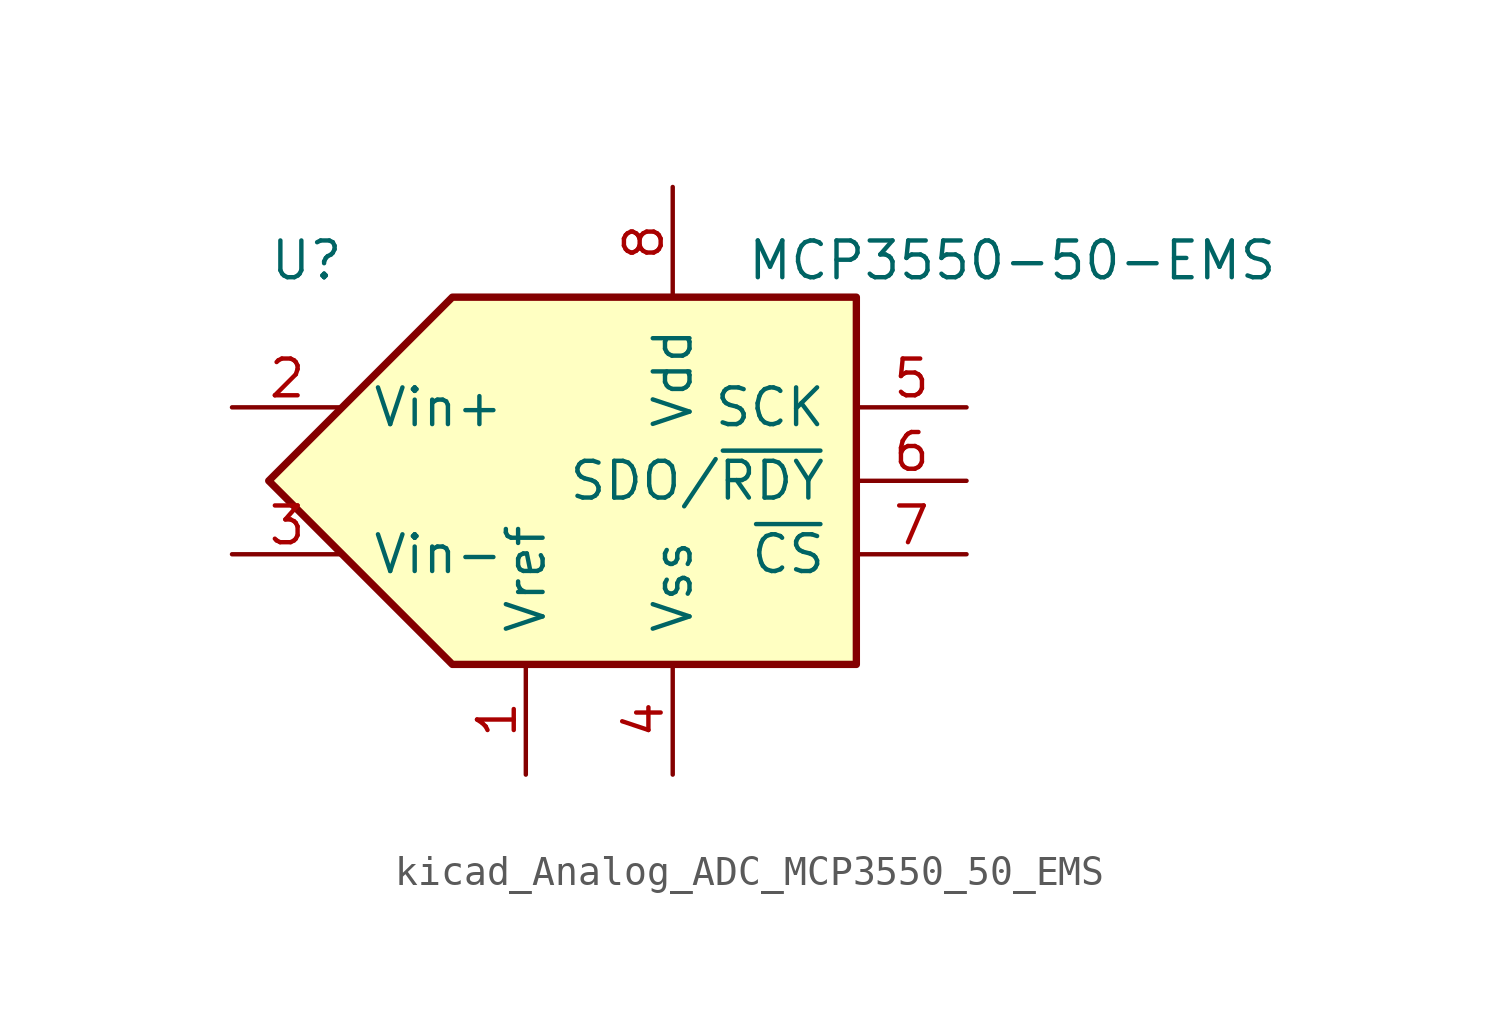
<source format=kicad_sym>
(kicad_symbol_lib
  (version 20220914)
  (generator kicad_symbol_editor)
  (symbol "kicad_Analog_ADC_MCP3550_50_EMS"
    (pin_names
      (offset 1.016))
    (property "Reference" "U"
      (at -11.43 7.62 0)
      (effects (font (size 1.27 1.27)) (justify left)))
    (property "Value" "MCP3550-50-EMS"
      (at 5.08 7.62 0)
      (effects (font (size 1.27 1.27)) (justify left)))
    (symbol "kicad_Analog_ADC_MCP3550_50_EMS_0_1"
      (polyline (pts (xy -5.08 6.35) (xy 8.89 6.35) (xy 8.89 0) (xy 8.89 -6.35) (xy -5.08 -6.35) (xy -11.43 0) (xy -5.08 6.35)) (stroke (width 0.254) (type default)) (fill (type background))))
    (symbol "kicad_Analog_ADC_MCP3550_50_EMS_1_1"
      (pin input line (at -2.54 -10.16 90) (length 3.81) (name "Vref" (effects (font (size 1.27 1.27)))) (number "1" (effects (font (size 1.27 1.27)))))
      (pin passive line (at -12.7 2.54 0) (length 3.81) (name "Vin+" (effects (font (size 1.27 1.27)))) (number "2" (effects (font (size 1.27 1.27)))))
      (pin passive line (at -12.7 -2.54 0) (length 3.81) (name "Vin-" (effects (font (size 1.27 1.27)))) (number "3" (effects (font (size 1.27 1.27)))))
      (pin power_in line (at 2.54 -10.16 90) (length 3.81) (name "Vss" (effects (font (size 1.27 1.27)))) (number "4" (effects (font (size 1.27 1.27)))))
      (pin input line (at 12.7 2.54 180) (length 3.81) (name "SCK" (effects (font (size 1.27 1.27)))) (number "5" (effects (font (size 1.27 1.27)))))
      (pin output line (at 12.7 0 180) (length 3.81) (name "SDO/~{RDY}" (effects (font (size 1.27 1.27)))) (number "6" (effects (font (size 1.27 1.27)))))
      (pin input line (at 12.7 -2.54 180) (length 3.81) (name "~{CS}" (effects (font (size 1.27 1.27)))) (number "7" (effects (font (size 1.27 1.27)))))
      (pin power_in line (at 2.54 10.16 270) (length 3.81) (name "Vdd" (effects (font (size 1.27 1.27)))) (number "8" (effects (font (size 1.27 1.27))))))))
</source>
